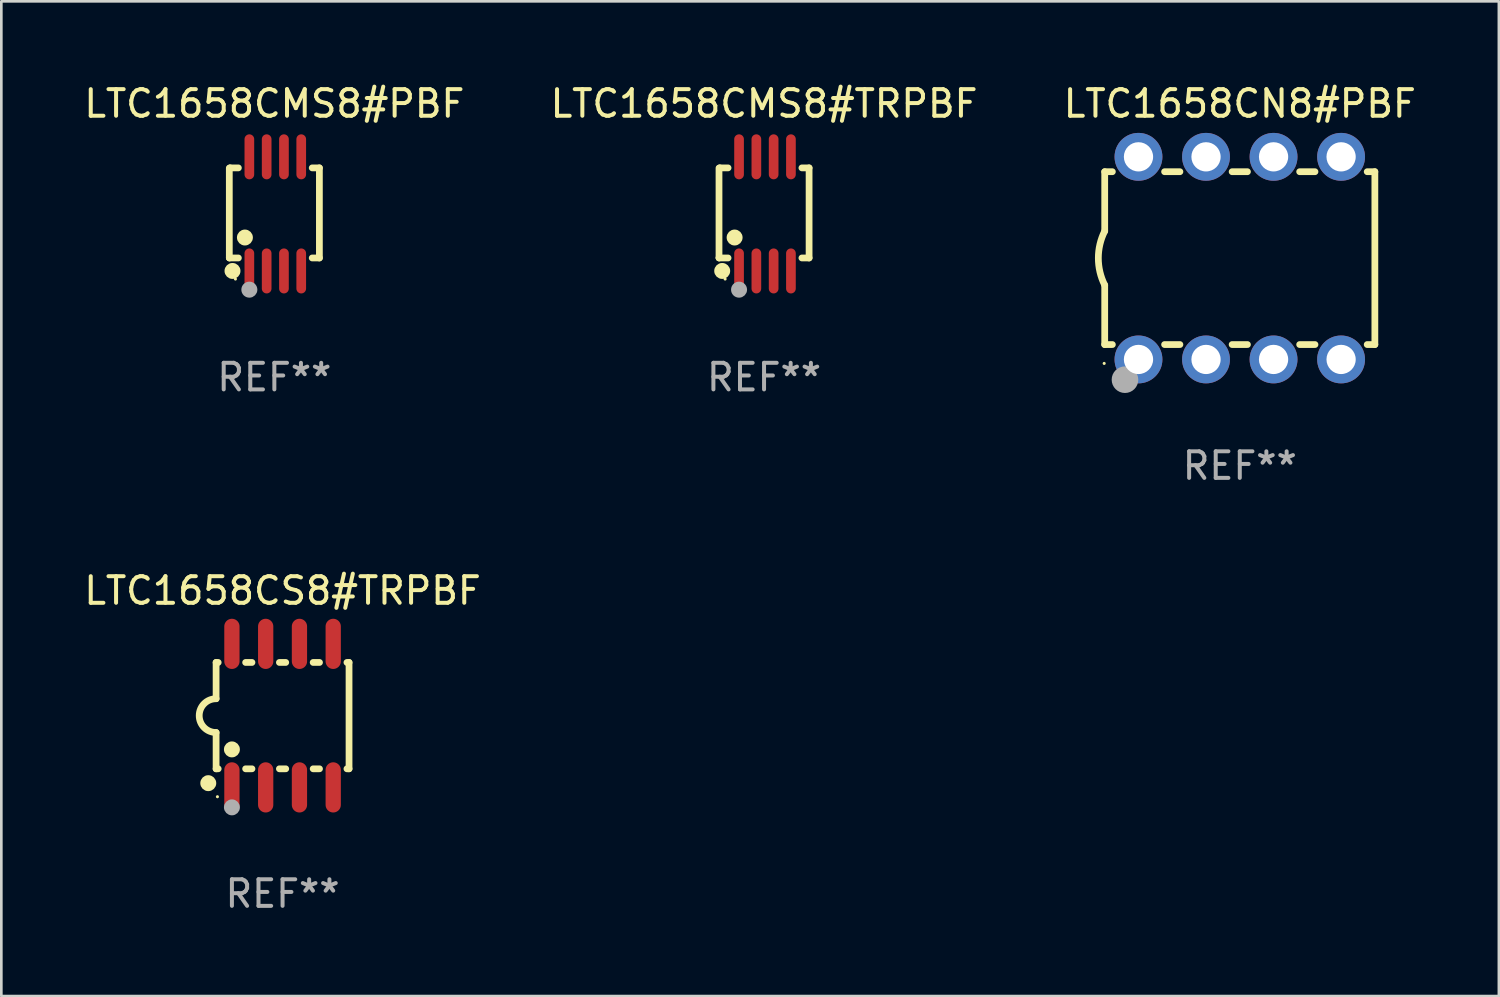
<source format=kicad_pcb>
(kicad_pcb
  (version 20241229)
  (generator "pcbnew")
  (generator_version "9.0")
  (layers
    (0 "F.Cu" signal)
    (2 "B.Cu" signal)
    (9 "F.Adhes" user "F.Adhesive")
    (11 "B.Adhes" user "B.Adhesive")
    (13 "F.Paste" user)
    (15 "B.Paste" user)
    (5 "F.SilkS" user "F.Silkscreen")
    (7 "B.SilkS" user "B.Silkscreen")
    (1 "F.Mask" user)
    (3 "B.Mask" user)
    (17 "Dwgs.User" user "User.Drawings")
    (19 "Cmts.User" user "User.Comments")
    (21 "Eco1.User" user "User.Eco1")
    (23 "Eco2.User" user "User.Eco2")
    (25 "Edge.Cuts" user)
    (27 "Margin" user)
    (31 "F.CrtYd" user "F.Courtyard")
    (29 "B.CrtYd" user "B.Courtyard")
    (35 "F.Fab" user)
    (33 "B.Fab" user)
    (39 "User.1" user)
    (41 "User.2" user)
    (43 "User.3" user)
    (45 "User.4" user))
  (footprint "LTC1658CS8#TRPBF"
    (layer "F.Cu")
    (at 7.577 23.864)
    (property "Reference" "LTC1658CS8#TRPBF" (at 0 -4.699 0) (layer "F.SilkS") (effects (font (size 1 1) (thickness 0.15))))
    (attr through_hole)
    (fp_line (start -2.5 -2) (end -2.5 -0.635) (stroke (width 0.254) (type solid)) (layer "F.SilkS"))
    (fp_line (start -2.5 -2) (end -2.421 -2) (stroke (width 0.254) (type solid)) (layer "F.SilkS"))
    (fp_line (start -2.5 2) (end -2.5 0.635) (stroke (width 0.254) (type solid)) (layer "F.SilkS"))
    (fp_line (start -2.5 2) (end -2.421 2) (stroke (width 0.254) (type solid)) (layer "F.SilkS"))
    (fp_line (start -1.389 -2) (end -1.151 -2) (stroke (width 0.254) (type solid)) (layer "F.SilkS"))
    (fp_line (start -1.389 2) (end -1.151 2) (stroke (width 0.254) (type solid)) (layer "F.SilkS"))
    (fp_line (start -0.119 -2) (end 0.119 -2) (stroke (width 0.254) (type solid)) (layer "F.SilkS"))
    (fp_line (start -0.119 2) (end 0.119 2) (stroke (width 0.254) (type solid)) (layer "F.SilkS"))
    (fp_line (start 1.151 -2) (end 1.389 -2) (stroke (width 0.254) (type solid)) (layer "F.SilkS"))
    (fp_line (start 1.151 2) (end 1.389 2) (stroke (width 0.254) (type solid)) (layer "F.SilkS"))
    (fp_line (start 2.421 -2) (end 2.5 -2) (stroke (width 0.254) (type solid)) (layer "F.SilkS"))
    (fp_line (start 2.421 2) (end 2.5 2) (stroke (width 0.254) (type solid)) (layer "F.SilkS"))
    (fp_line (start 2.5 -2) (end 2.5 2) (stroke (width 0.254) (type solid)) (layer "F.SilkS"))
    (fp_arc (start -2.5 0.635001) (mid -3.134366 -0.000318) (end -2.499365 -0.635001) (stroke (width 0.254001) (type solid)) (layer "F.SilkS"))
    (fp_circle (center -2.794 2.54) (end -2.644 2.54) (stroke (width 0.3) (type solid)) (fill no) (layer "F.SilkS"))
    (fp_circle (center -2.45 3.05) (end -2.42 3.05) (stroke (width 0.06) (type solid)) (fill no) (layer "F.SilkS"))
    (fp_circle (center -1.905 1.27) (end -1.755 1.27) (stroke (width 0.3) (type solid)) (fill no) (layer "F.SilkS"))
    (fp_circle (center -1.905 3.45) (end -1.755 3.45) (stroke (width 0.3) (type solid)) (fill no) (layer "F.Fab"))
    (fp_text user "REF**" (at 0 6.699 0) (layer "F.Fab") (effects (font (size 1 1) (thickness 0.15))))
    (pad "1" smd oval (at -1.905 2.699) (size 0.574 1.888) (layers "F.Cu" "F.Mask" "F.Paste"))
    (pad "2" smd oval (at -0.635 2.699) (size 0.574 1.888) (layers "F.Cu" "F.Mask" "F.Paste"))
    (pad "3" smd oval (at 0.635 2.699) (size 0.574 1.888) (layers "F.Cu" "F.Mask" "F.Paste"))
    (pad "4" smd oval (at 1.905 2.699) (size 0.574 1.888) (layers "F.Cu" "F.Mask" "F.Paste"))
    (pad "5" smd oval (at 1.905 -2.699) (size 0.574 1.888) (layers "F.Cu" "F.Mask" "F.Paste"))
    (pad "6" smd oval (at 0.635 -2.699) (size 0.574 1.888) (layers "F.Cu" "F.Mask" "F.Paste"))
    (pad "7" smd oval (at -0.635 -2.699) (size 0.574 1.888) (layers "F.Cu" "F.Mask" "F.Paste"))
    (pad "8" smd oval (at -1.905 -2.699) (size 0.574 1.888) (layers "F.Cu" "F.Mask" "F.Paste")))
  (footprint "LTC1658CMS8#PBF"
    (layer "F.Cu")
    (at 7.268 4.994)
    (property "Reference" "LTC1658CMS8#PBF" (at 0 -4.146 0) (layer "F.SilkS") (effects (font (size 1 1) (thickness 0.15))))
    (attr through_hole)
    (fp_line (start -1.694 -1.724) (end -1.694 1.652) (stroke (width 0.254) (type solid)) (layer "F.SilkS"))
    (fp_line (start -1.694 1.652) (end -1.688 1.658) (stroke (width 0.254) (type solid)) (layer "F.SilkS"))
    (fp_line (start -1.688 1.658) (end -1.353 1.658) (stroke (width 0.254) (type solid)) (layer "F.SilkS"))
    (fp_line (start -1.661 -1.73) (end -1.681 -1.71) (stroke (width 0.254) (type solid)) (layer "F.SilkS"))
    (fp_line (start -1.353 -1.73) (end -1.661 -1.73) (stroke (width 0.254) (type solid)) (layer "F.SilkS"))
    (fp_line (start 1.424 1.658) (end 1.694 1.658) (stroke (width 0.254) (type solid)) (layer "F.SilkS"))
    (fp_line (start 1.694 -1.73) (end 1.424 -1.73) (stroke (width 0.254) (type solid)) (layer "F.SilkS"))
    (fp_line (start 1.694 1.658) (end 1.694 -1.73) (stroke (width 0.254) (type solid)) (layer "F.SilkS"))
    (fp_circle (center -1.574 2.146) (end -1.424 2.146) (stroke (width 0.3) (type solid)) (fill no) (layer "F.SilkS"))
    (fp_circle (center -1.464 2.45) (end -1.434 2.45) (stroke (width 0.06) (type solid)) (fill no) (layer "F.SilkS"))
    (fp_circle (center -1.107 0.889) (end -0.957 0.889) (stroke (width 0.3) (type solid)) (fill no) (layer "F.SilkS"))
    (fp_circle (center -0.94 2.85) (end -0.789 2.85) (stroke (width 0.3) (type solid)) (fill no) (layer "F.Fab"))
    (fp_text user "REF**" (at 0 6.146 0) (layer "F.Fab") (effects (font (size 1 1) (thickness 0.15))))
    (pad "1" smd oval (at -0.94 2.146) (size 0.364 1.692) (layers "F.Cu" "F.Mask" "F.Paste"))
    (pad "2" smd oval (at -0.289 2.146) (size 0.364 1.692) (layers "F.Cu" "F.Mask" "F.Paste"))
    (pad "3" smd oval (at 0.361 2.146) (size 0.364 1.692) (layers "F.Cu" "F.Mask" "F.Paste"))
    (pad "4" smd oval (at 1.011 2.146) (size 0.364 1.692) (layers "F.Cu" "F.Mask" "F.Paste"))
    (pad "5" smd oval (at 1.011 -2.146) (size 0.364 1.692) (layers "F.Cu" "F.Mask" "F.Paste"))
    (pad "6" smd oval (at 0.361 -2.146) (size 0.364 1.692) (layers "F.Cu" "F.Mask" "F.Paste"))
    (pad "7" smd oval (at -0.289 -2.146) (size 0.364 1.692) (layers "F.Cu" "F.Mask" "F.Paste"))
    (pad "8" smd oval (at -0.94 -2.146) (size 0.364 1.692) (layers "F.Cu" "F.Mask" "F.Paste")))
  (footprint "LTC1658CMS8#TRPBF"
    (layer "F.Cu")
    (at 25.685 4.994)
    (property "Reference" "LTC1658CMS8#TRPBF" (at 0 -4.146 0) (layer "F.SilkS") (effects (font (size 1 1) (thickness 0.15))))
    (attr through_hole)
    (fp_line (start -1.694 -1.724) (end -1.694 1.652) (stroke (width 0.254) (type solid)) (layer "F.SilkS"))
    (fp_line (start -1.694 1.652) (end -1.688 1.658) (stroke (width 0.254) (type solid)) (layer "F.SilkS"))
    (fp_line (start -1.688 1.658) (end -1.353 1.658) (stroke (width 0.254) (type solid)) (layer "F.SilkS"))
    (fp_line (start -1.661 -1.73) (end -1.681 -1.71) (stroke (width 0.254) (type solid)) (layer "F.SilkS"))
    (fp_line (start -1.353 -1.73) (end -1.661 -1.73) (stroke (width 0.254) (type solid)) (layer "F.SilkS"))
    (fp_line (start 1.424 1.658) (end 1.694 1.658) (stroke (width 0.254) (type solid)) (layer "F.SilkS"))
    (fp_line (start 1.694 -1.73) (end 1.424 -1.73) (stroke (width 0.254) (type solid)) (layer "F.SilkS"))
    (fp_line (start 1.694 1.658) (end 1.694 -1.73) (stroke (width 0.254) (type solid)) (layer "F.SilkS"))
    (fp_circle (center -1.574 2.146) (end -1.424 2.146) (stroke (width 0.3) (type solid)) (fill no) (layer "F.SilkS"))
    (fp_circle (center -1.464 2.45) (end -1.434 2.45) (stroke (width 0.06) (type solid)) (fill no) (layer "F.SilkS"))
    (fp_circle (center -1.107 0.889) (end -0.957 0.889) (stroke (width 0.3) (type solid)) (fill no) (layer "F.SilkS"))
    (fp_circle (center -0.94 2.85) (end -0.789 2.85) (stroke (width 0.3) (type solid)) (fill no) (layer "F.Fab"))
    (fp_text user "REF**" (at 0 6.146 0) (layer "F.Fab") (effects (font (size 1 1) (thickness 0.15))))
    (pad "1" smd oval (at -0.94 2.146) (size 0.364 1.692) (layers "F.Cu" "F.Mask" "F.Paste"))
    (pad "2" smd oval (at -0.289 2.146) (size 0.364 1.692) (layers "F.Cu" "F.Mask" "F.Paste"))
    (pad "3" smd oval (at 0.361 2.146) (size 0.364 1.692) (layers "F.Cu" "F.Mask" "F.Paste"))
    (pad "4" smd oval (at 1.011 2.146) (size 0.364 1.692) (layers "F.Cu" "F.Mask" "F.Paste"))
    (pad "5" smd oval (at 1.011 -2.146) (size 0.364 1.692) (layers "F.Cu" "F.Mask" "F.Paste"))
    (pad "6" smd oval (at 0.361 -2.146) (size 0.364 1.692) (layers "F.Cu" "F.Mask" "F.Paste"))
    (pad "7" smd oval (at -0.289 -2.146) (size 0.364 1.692) (layers "F.Cu" "F.Mask" "F.Paste"))
    (pad "8" smd oval (at -0.94 -2.146) (size 0.364 1.692) (layers "F.Cu" "F.Mask" "F.Paste")))
  (footprint "LTC1658CN8#PBF"
    (layer "F.Cu")
    (at 43.577 6.658)
    (property "Reference" "LTC1658CN8#PBF" (at 0 -5.81 0) (layer "F.SilkS") (effects (font (size 1 1) (thickness 0.15))))
    (attr through_hole)
    (fp_line (start -5.08 -3.25) (end -5.08 -1.017) (stroke (width 0.254) (type solid)) (layer "F.SilkS"))
    (fp_line (start -5.08 -3.25) (end -4.792 -3.25) (stroke (width 0.254) (type solid)) (layer "F.SilkS"))
    (fp_line (start -5.08 3.25) (end -5.08 1.015) (stroke (width 0.254) (type solid)) (layer "F.SilkS"))
    (fp_line (start -5.08 3.25) (end -4.792 3.25) (stroke (width 0.254) (type solid)) (layer "F.SilkS"))
    (fp_line (start -2.828 -3.25) (end -2.252 -3.25) (stroke (width 0.254) (type solid)) (layer "F.SilkS"))
    (fp_line (start -2.828 3.25) (end -2.252 3.25) (stroke (width 0.254) (type solid)) (layer "F.SilkS"))
    (fp_line (start -0.288 -3.25) (end 0.288 -3.25) (stroke (width 0.254) (type solid)) (layer "F.SilkS"))
    (fp_line (start -0.288 3.25) (end 0.288 3.25) (stroke (width 0.254) (type solid)) (layer "F.SilkS"))
    (fp_line (start 2.252 -3.25) (end 2.828 -3.25) (stroke (width 0.254) (type solid)) (layer "F.SilkS"))
    (fp_line (start 2.252 3.25) (end 2.828 3.25) (stroke (width 0.254) (type solid)) (layer "F.SilkS"))
    (fp_line (start 4.792 -3.25) (end 5.08 -3.25) (stroke (width 0.254) (type solid)) (layer "F.SilkS"))
    (fp_line (start 4.792 3.25) (end 5.08 3.25) (stroke (width 0.254) (type solid)) (layer "F.SilkS"))
    (fp_line (start 5.08 -3.25) (end 5.08 3.25) (stroke (width 0.254) (type solid)) (layer "F.SilkS"))
    (fp_arc (start -5.08001 1.01524) (mid -5.319856 -0.000762) (end -5.08001 -1.016764) (stroke (width 0.254001) (type solid)) (layer "F.SilkS"))
    (fp_circle (center -5.1 3.96) (end -5.07 3.96) (stroke (width 0.06) (type solid)) (fill no) (layer "F.SilkS"))
    (fp_circle (center -4.318 4.572) (end -4.068 4.572) (stroke (width 0.5) (type solid)) (fill no) (layer "F.Fab"))
    (fp_text user "REF**" (at 0 7.81 0) (layer "F.Fab") (effects (font (size 1 1) (thickness 0.15))))
    (pad "1" thru_hole circle (at -3.81 3.81) (size 1.8 1.8) (drill 1.1) (layers "*.Cu" "*.Mask"))
    (pad "2" thru_hole circle (at -1.27 3.81) (size 1.8 1.8) (drill 1.1) (layers "*.Cu" "*.Mask"))
    (pad "3" thru_hole circle (at 1.27 3.81) (size 1.8 1.8) (drill 1.1) (layers "*.Cu" "*.Mask"))
    (pad "4" thru_hole circle (at 3.81 3.81) (size 1.8 1.8) (drill 1.1) (layers "*.Cu" "*.Mask"))
    (pad "5" thru_hole circle (at 3.81 -3.81) (size 1.8 1.8) (drill 1.1) (layers "*.Cu" "*.Mask"))
    (pad "6" thru_hole circle (at 1.27 -3.81) (size 1.8 1.8) (drill 1.1) (layers "*.Cu" "*.Mask"))
    (pad "7" thru_hole circle (at -1.27 -3.81) (size 1.8 1.8) (drill 1.1) (layers "*.Cu" "*.Mask"))
    (pad "8" thru_hole circle (at -3.81 -3.81) (size 1.8 1.8) (drill 1.1) (layers "*.Cu" "*.Mask")))
  (gr_rect
    (start -3 -3)
    (end 53.321 34.411)
    (stroke (width 0.1) (type default))
    (fill no)
    (layer "Edge.Cuts")))
</source>
